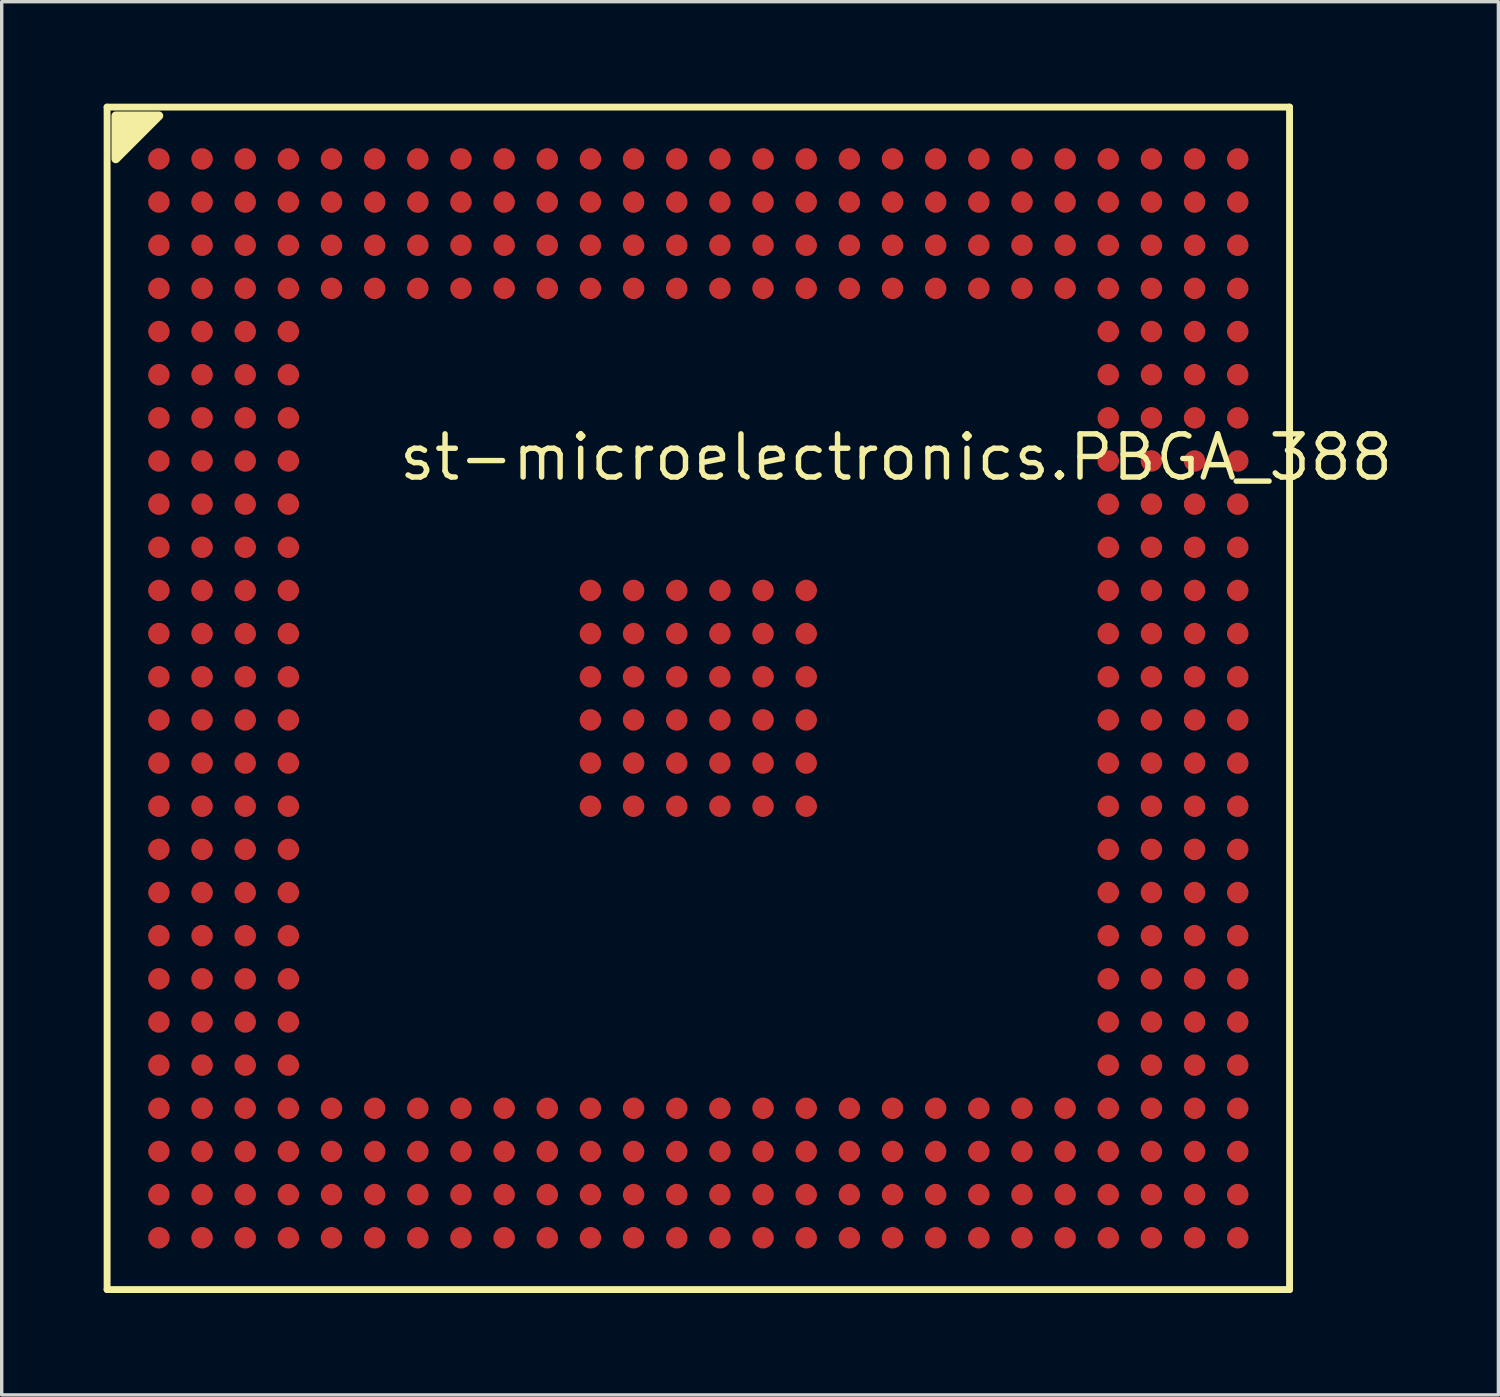
<source format=kicad_pcb>
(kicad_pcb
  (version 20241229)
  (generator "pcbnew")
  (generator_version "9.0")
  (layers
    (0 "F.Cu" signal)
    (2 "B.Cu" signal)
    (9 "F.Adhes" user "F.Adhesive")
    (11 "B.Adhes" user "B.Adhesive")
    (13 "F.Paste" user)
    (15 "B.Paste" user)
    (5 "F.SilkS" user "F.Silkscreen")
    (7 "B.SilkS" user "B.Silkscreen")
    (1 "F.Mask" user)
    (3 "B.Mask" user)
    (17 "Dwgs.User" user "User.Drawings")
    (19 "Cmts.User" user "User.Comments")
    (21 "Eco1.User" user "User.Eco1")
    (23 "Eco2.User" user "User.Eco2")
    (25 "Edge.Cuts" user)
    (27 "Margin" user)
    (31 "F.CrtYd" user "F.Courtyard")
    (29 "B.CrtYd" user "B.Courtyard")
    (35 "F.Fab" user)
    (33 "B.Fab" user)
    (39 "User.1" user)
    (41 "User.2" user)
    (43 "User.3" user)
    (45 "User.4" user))
  (footprint "st-microelectronics.PBGA_388"
    (layer "F.Cu")
    (at 17.502 17.502)
    (property "Reference" "st-microelectronics.PBGA_388" (at -8.89 -6.35 0) (layer "F.SilkS") (effects (font (size 1.27 1.27) (thickness 0.16)) (justify left bottom)))
    (attr smd)
    (fp_line (start -17.4 -17.4) (end -17.4 17.4) (stroke (width 0.203) (type default)) (layer "F.SilkS"))
    (fp_line (start -17.4 17.4) (end 17.4 17.4) (stroke (width 0.203) (type default)) (layer "F.SilkS"))
    (fp_line (start 17.4 -17.4) (end -17.4 -17.4) (stroke (width 0.203) (type default)) (layer "F.SilkS"))
    (fp_line (start 17.4 17.4) (end 17.4 -17.4) (stroke (width 0.203) (type default)) (layer "F.SilkS"))
    (fp_poly (pts (xy -17.145 -17.145) (xy -17.145 -15.875) (xy -15.875 -17.145)) (stroke (width 0.254) (type default)) (fill yes) (layer "F.SilkS"))
    (pad "A1" smd roundrect (at -15.875 -15.875) (size 0.635 0.635) (layers "F.Cu" "F.Mask" "F.Paste") (roundrect_rratio 0.5))
    (pad "A2" smd roundrect (at -14.605 -15.875) (size 0.635 0.635) (layers "F.Cu" "F.Mask" "F.Paste") (roundrect_rratio 0.5))
    (pad "A3" smd roundrect (at -13.335 -15.875) (size 0.635 0.635) (layers "F.Cu" "F.Mask" "F.Paste") (roundrect_rratio 0.5))
    (pad "A4" smd roundrect (at -12.065 -15.875) (size 0.635 0.635) (layers "F.Cu" "F.Mask" "F.Paste") (roundrect_rratio 0.5))
    (pad "A5" smd roundrect (at -10.795 -15.875) (size 0.635 0.635) (layers "F.Cu" "F.Mask" "F.Paste") (roundrect_rratio 0.5))
    (pad "A6" smd roundrect (at -9.525 -15.875) (size 0.635 0.635) (layers "F.Cu" "F.Mask" "F.Paste") (roundrect_rratio 0.5))
    (pad "A7" smd roundrect (at -8.255 -15.875) (size 0.635 0.635) (layers "F.Cu" "F.Mask" "F.Paste") (roundrect_rratio 0.5))
    (pad "A8" smd roundrect (at -6.985 -15.875) (size 0.635 0.635) (layers "F.Cu" "F.Mask" "F.Paste") (roundrect_rratio 0.5))
    (pad "A9" smd roundrect (at -5.715 -15.875) (size 0.635 0.635) (layers "F.Cu" "F.Mask" "F.Paste") (roundrect_rratio 0.5))
    (pad "A10" smd roundrect (at -4.445 -15.875) (size 0.635 0.635) (layers "F.Cu" "F.Mask" "F.Paste") (roundrect_rratio 0.5))
    (pad "A11" smd roundrect (at -3.175 -15.875) (size 0.635 0.635) (layers "F.Cu" "F.Mask" "F.Paste") (roundrect_rratio 0.5))
    (pad "A12" smd roundrect (at -1.905 -15.875) (size 0.635 0.635) (layers "F.Cu" "F.Mask" "F.Paste") (roundrect_rratio 0.5))
    (pad "A13" smd roundrect (at -0.635 -15.875) (size 0.635 0.635) (layers "F.Cu" "F.Mask" "F.Paste") (roundrect_rratio 0.5))
    (pad "A14" smd roundrect (at 0.635 -15.875) (size 0.635 0.635) (layers "F.Cu" "F.Mask" "F.Paste") (roundrect_rratio 0.5))
    (pad "A15" smd roundrect (at 1.905 -15.875) (size 0.635 0.635) (layers "F.Cu" "F.Mask" "F.Paste") (roundrect_rratio 0.5))
    (pad "A16" smd roundrect (at 3.175 -15.875) (size 0.635 0.635) (layers "F.Cu" "F.Mask" "F.Paste") (roundrect_rratio 0.5))
    (pad "A17" smd roundrect (at 4.445 -15.875) (size 0.635 0.635) (layers "F.Cu" "F.Mask" "F.Paste") (roundrect_rratio 0.5))
    (pad "A18" smd roundrect (at 5.715 -15.875) (size 0.635 0.635) (layers "F.Cu" "F.Mask" "F.Paste") (roundrect_rratio 0.5))
    (pad "A19" smd roundrect (at 6.985 -15.875) (size 0.635 0.635) (layers "F.Cu" "F.Mask" "F.Paste") (roundrect_rratio 0.5))
    (pad "A20" smd roundrect (at 8.255 -15.875) (size 0.635 0.635) (layers "F.Cu" "F.Mask" "F.Paste") (roundrect_rratio 0.5))
    (pad "A21" smd roundrect (at 9.525 -15.875) (size 0.635 0.635) (layers "F.Cu" "F.Mask" "F.Paste") (roundrect_rratio 0.5))
    (pad "A22" smd roundrect (at 10.795 -15.875) (size 0.635 0.635) (layers "F.Cu" "F.Mask" "F.Paste") (roundrect_rratio 0.5))
    (pad "A23" smd roundrect (at 12.065 -15.875) (size 0.635 0.635) (layers "F.Cu" "F.Mask" "F.Paste") (roundrect_rratio 0.5))
    (pad "A24" smd roundrect (at 13.335 -15.875) (size 0.635 0.635) (layers "F.Cu" "F.Mask" "F.Paste") (roundrect_rratio 0.5))
    (pad "A25" smd roundrect (at 14.605 -15.875) (size 0.635 0.635) (layers "F.Cu" "F.Mask" "F.Paste") (roundrect_rratio 0.5))
    (pad "A26" smd roundrect (at 15.875 -15.875) (size 0.635 0.635) (layers "F.Cu" "F.Mask" "F.Paste") (roundrect_rratio 0.5))
    (pad "AA1" smd roundrect (at -15.875 9.525) (size 0.635 0.635) (layers "F.Cu" "F.Mask" "F.Paste") (roundrect_rratio 0.5))
    (pad "AA2" smd roundrect (at -14.605 9.525) (size 0.635 0.635) (layers "F.Cu" "F.Mask" "F.Paste") (roundrect_rratio 0.5))
    (pad "AA3" smd roundrect (at -13.335 9.525) (size 0.635 0.635) (layers "F.Cu" "F.Mask" "F.Paste") (roundrect_rratio 0.5))
    (pad "AA4" smd roundrect (at -12.065 9.525) (size 0.635 0.635) (layers "F.Cu" "F.Mask" "F.Paste") (roundrect_rratio 0.5))
    (pad "AA23" smd roundrect (at 12.065 9.525) (size 0.635 0.635) (layers "F.Cu" "F.Mask" "F.Paste") (roundrect_rratio 0.5))
    (pad "AA24" smd roundrect (at 13.335 9.525) (size 0.635 0.635) (layers "F.Cu" "F.Mask" "F.Paste") (roundrect_rratio 0.5))
    (pad "AA25" smd roundrect (at 14.605 9.525) (size 0.635 0.635) (layers "F.Cu" "F.Mask" "F.Paste") (roundrect_rratio 0.5))
    (pad "AA26" smd roundrect (at 15.875 9.525) (size 0.635 0.635) (layers "F.Cu" "F.Mask" "F.Paste") (roundrect_rratio 0.5))
    (pad "AB1" smd roundrect (at -15.875 10.795) (size 0.635 0.635) (layers "F.Cu" "F.Mask" "F.Paste") (roundrect_rratio 0.5))
    (pad "AB2" smd roundrect (at -14.605 10.795) (size 0.635 0.635) (layers "F.Cu" "F.Mask" "F.Paste") (roundrect_rratio 0.5))
    (pad "AB3" smd roundrect (at -13.335 10.795) (size 0.635 0.635) (layers "F.Cu" "F.Mask" "F.Paste") (roundrect_rratio 0.5))
    (pad "AB4" smd roundrect (at -12.065 10.795) (size 0.635 0.635) (layers "F.Cu" "F.Mask" "F.Paste") (roundrect_rratio 0.5))
    (pad "AB23" smd roundrect (at 12.065 10.795) (size 0.635 0.635) (layers "F.Cu" "F.Mask" "F.Paste") (roundrect_rratio 0.5))
    (pad "AB24" smd roundrect (at 13.335 10.795) (size 0.635 0.635) (layers "F.Cu" "F.Mask" "F.Paste") (roundrect_rratio 0.5))
    (pad "AB25" smd roundrect (at 14.605 10.795) (size 0.635 0.635) (layers "F.Cu" "F.Mask" "F.Paste") (roundrect_rratio 0.5))
    (pad "AB26" smd roundrect (at 15.875 10.795) (size 0.635 0.635) (layers "F.Cu" "F.Mask" "F.Paste") (roundrect_rratio 0.5))
    (pad "AC1" smd roundrect (at -15.875 12.065) (size 0.635 0.635) (layers "F.Cu" "F.Mask" "F.Paste") (roundrect_rratio 0.5))
    (pad "AC2" smd roundrect (at -14.605 12.065) (size 0.635 0.635) (layers "F.Cu" "F.Mask" "F.Paste") (roundrect_rratio 0.5))
    (pad "AC3" smd roundrect (at -13.335 12.065) (size 0.635 0.635) (layers "F.Cu" "F.Mask" "F.Paste") (roundrect_rratio 0.5))
    (pad "AC4" smd roundrect (at -12.065 12.065) (size 0.635 0.635) (layers "F.Cu" "F.Mask" "F.Paste") (roundrect_rratio 0.5))
    (pad "AC5" smd roundrect (at -10.795 12.065) (size 0.635 0.635) (layers "F.Cu" "F.Mask" "F.Paste") (roundrect_rratio 0.5))
    (pad "AC6" smd roundrect (at -9.525 12.065) (size 0.635 0.635) (layers "F.Cu" "F.Mask" "F.Paste") (roundrect_rratio 0.5))
    (pad "AC7" smd roundrect (at -8.255 12.065) (size 0.635 0.635) (layers "F.Cu" "F.Mask" "F.Paste") (roundrect_rratio 0.5))
    (pad "AC8" smd roundrect (at -6.985 12.065) (size 0.635 0.635) (layers "F.Cu" "F.Mask" "F.Paste") (roundrect_rratio 0.5))
    (pad "AC9" smd roundrect (at -5.715 12.065) (size 0.635 0.635) (layers "F.Cu" "F.Mask" "F.Paste") (roundrect_rratio 0.5))
    (pad "AC10" smd roundrect (at -4.445 12.065) (size 0.635 0.635) (layers "F.Cu" "F.Mask" "F.Paste") (roundrect_rratio 0.5))
    (pad "AC11" smd roundrect (at -3.175 12.065) (size 0.635 0.635) (layers "F.Cu" "F.Mask" "F.Paste") (roundrect_rratio 0.5))
    (pad "AC12" smd roundrect (at -1.905 12.065) (size 0.635 0.635) (layers "F.Cu" "F.Mask" "F.Paste") (roundrect_rratio 0.5))
    (pad "AC13" smd roundrect (at -0.635 12.065) (size 0.635 0.635) (layers "F.Cu" "F.Mask" "F.Paste") (roundrect_rratio 0.5))
    (pad "AC14" smd roundrect (at 0.635 12.065) (size 0.635 0.635) (layers "F.Cu" "F.Mask" "F.Paste") (roundrect_rratio 0.5))
    (pad "AC15" smd roundrect (at 1.905 12.065) (size 0.635 0.635) (layers "F.Cu" "F.Mask" "F.Paste") (roundrect_rratio 0.5))
    (pad "AC16" smd roundrect (at 3.175 12.065) (size 0.635 0.635) (layers "F.Cu" "F.Mask" "F.Paste") (roundrect_rratio 0.5))
    (pad "AC17" smd roundrect (at 4.445 12.065) (size 0.635 0.635) (layers "F.Cu" "F.Mask" "F.Paste") (roundrect_rratio 0.5))
    (pad "AC18" smd roundrect (at 5.715 12.065) (size 0.635 0.635) (layers "F.Cu" "F.Mask" "F.Paste") (roundrect_rratio 0.5))
    (pad "AC19" smd roundrect (at 6.985 12.065) (size 0.635 0.635) (layers "F.Cu" "F.Mask" "F.Paste") (roundrect_rratio 0.5))
    (pad "AC20" smd roundrect (at 8.255 12.065) (size 0.635 0.635) (layers "F.Cu" "F.Mask" "F.Paste") (roundrect_rratio 0.5))
    (pad "AC21" smd roundrect (at 9.525 12.065) (size 0.635 0.635) (layers "F.Cu" "F.Mask" "F.Paste") (roundrect_rratio 0.5))
    (pad "AC22" smd roundrect (at 10.795 12.065) (size 0.635 0.635) (layers "F.Cu" "F.Mask" "F.Paste") (roundrect_rratio 0.5))
    (pad "AC23" smd roundrect (at 12.065 12.065) (size 0.635 0.635) (layers "F.Cu" "F.Mask" "F.Paste") (roundrect_rratio 0.5))
    (pad "AC24" smd roundrect (at 13.335 12.065) (size 0.635 0.635) (layers "F.Cu" "F.Mask" "F.Paste") (roundrect_rratio 0.5))
    (pad "AC25" smd roundrect (at 14.605 12.065) (size 0.635 0.635) (layers "F.Cu" "F.Mask" "F.Paste") (roundrect_rratio 0.5))
    (pad "AC26" smd roundrect (at 15.875 12.065) (size 0.635 0.635) (layers "F.Cu" "F.Mask" "F.Paste") (roundrect_rratio 0.5))
    (pad "AD1" smd roundrect (at -15.875 13.335) (size 0.635 0.635) (layers "F.Cu" "F.Mask" "F.Paste") (roundrect_rratio 0.5))
    (pad "AD2" smd roundrect (at -14.605 13.335) (size 0.635 0.635) (layers "F.Cu" "F.Mask" "F.Paste") (roundrect_rratio 0.5))
    (pad "AD3" smd roundrect (at -13.335 13.335) (size 0.635 0.635) (layers "F.Cu" "F.Mask" "F.Paste") (roundrect_rratio 0.5))
    (pad "AD4" smd roundrect (at -12.065 13.335) (size 0.635 0.635) (layers "F.Cu" "F.Mask" "F.Paste") (roundrect_rratio 0.5))
    (pad "AD5" smd roundrect (at -10.795 13.335) (size 0.635 0.635) (layers "F.Cu" "F.Mask" "F.Paste") (roundrect_rratio 0.5))
    (pad "AD6" smd roundrect (at -9.525 13.335) (size 0.635 0.635) (layers "F.Cu" "F.Mask" "F.Paste") (roundrect_rratio 0.5))
    (pad "AD7" smd roundrect (at -8.255 13.335) (size 0.635 0.635) (layers "F.Cu" "F.Mask" "F.Paste") (roundrect_rratio 0.5))
    (pad "AD8" smd roundrect (at -6.985 13.335) (size 0.635 0.635) (layers "F.Cu" "F.Mask" "F.Paste") (roundrect_rratio 0.5))
    (pad "AD9" smd roundrect (at -5.715 13.335) (size 0.635 0.635) (layers "F.Cu" "F.Mask" "F.Paste") (roundrect_rratio 0.5))
    (pad "AD10" smd roundrect (at -4.445 13.335) (size 0.635 0.635) (layers "F.Cu" "F.Mask" "F.Paste") (roundrect_rratio 0.5))
    (pad "AD11" smd roundrect (at -3.175 13.335) (size 0.635 0.635) (layers "F.Cu" "F.Mask" "F.Paste") (roundrect_rratio 0.5))
    (pad "AD12" smd roundrect (at -1.905 13.335) (size 0.635 0.635) (layers "F.Cu" "F.Mask" "F.Paste") (roundrect_rratio 0.5))
    (pad "AD13" smd roundrect (at -0.635 13.335) (size 0.635 0.635) (layers "F.Cu" "F.Mask" "F.Paste") (roundrect_rratio 0.5))
    (pad "AD14" smd roundrect (at 0.635 13.335) (size 0.635 0.635) (layers "F.Cu" "F.Mask" "F.Paste") (roundrect_rratio 0.5))
    (pad "AD15" smd roundrect (at 1.905 13.335) (size 0.635 0.635) (layers "F.Cu" "F.Mask" "F.Paste") (roundrect_rratio 0.5))
    (pad "AD16" smd roundrect (at 3.175 13.335) (size 0.635 0.635) (layers "F.Cu" "F.Mask" "F.Paste") (roundrect_rratio 0.5))
    (pad "AD17" smd roundrect (at 4.445 13.335) (size 0.635 0.635) (layers "F.Cu" "F.Mask" "F.Paste") (roundrect_rratio 0.5))
    (pad "AD18" smd roundrect (at 5.715 13.335) (size 0.635 0.635) (layers "F.Cu" "F.Mask" "F.Paste") (roundrect_rratio 0.5))
    (pad "AD19" smd roundrect (at 6.985 13.335) (size 0.635 0.635) (layers "F.Cu" "F.Mask" "F.Paste") (roundrect_rratio 0.5))
    (pad "AD20" smd roundrect (at 8.255 13.335) (size 0.635 0.635) (layers "F.Cu" "F.Mask" "F.Paste") (roundrect_rratio 0.5))
    (pad "AD21" smd roundrect (at 9.525 13.335) (size 0.635 0.635) (layers "F.Cu" "F.Mask" "F.Paste") (roundrect_rratio 0.5))
    (pad "AD22" smd roundrect (at 10.795 13.335) (size 0.635 0.635) (layers "F.Cu" "F.Mask" "F.Paste") (roundrect_rratio 0.5))
    (pad "AD23" smd roundrect (at 12.065 13.335) (size 0.635 0.635) (layers "F.Cu" "F.Mask" "F.Paste") (roundrect_rratio 0.5))
    (pad "AD24" smd roundrect (at 13.335 13.335) (size 0.635 0.635) (layers "F.Cu" "F.Mask" "F.Paste") (roundrect_rratio 0.5))
    (pad "AD25" smd roundrect (at 14.605 13.335) (size 0.635 0.635) (layers "F.Cu" "F.Mask" "F.Paste") (roundrect_rratio 0.5))
    (pad "AD26" smd roundrect (at 15.875 13.335) (size 0.635 0.635) (layers "F.Cu" "F.Mask" "F.Paste") (roundrect_rratio 0.5))
    (pad "AE1" smd roundrect (at -15.875 14.605) (size 0.635 0.635) (layers "F.Cu" "F.Mask" "F.Paste") (roundrect_rratio 0.5))
    (pad "AE2" smd roundrect (at -14.605 14.605) (size 0.635 0.635) (layers "F.Cu" "F.Mask" "F.Paste") (roundrect_rratio 0.5))
    (pad "AE3" smd roundrect (at -13.335 14.605) (size 0.635 0.635) (layers "F.Cu" "F.Mask" "F.Paste") (roundrect_rratio 0.5))
    (pad "AE4" smd roundrect (at -12.065 14.605) (size 0.635 0.635) (layers "F.Cu" "F.Mask" "F.Paste") (roundrect_rratio 0.5))
    (pad "AE5" smd roundrect (at -10.795 14.605) (size 0.635 0.635) (layers "F.Cu" "F.Mask" "F.Paste") (roundrect_rratio 0.5))
    (pad "AE6" smd roundrect (at -9.525 14.605) (size 0.635 0.635) (layers "F.Cu" "F.Mask" "F.Paste") (roundrect_rratio 0.5))
    (pad "AE7" smd roundrect (at -8.255 14.605) (size 0.635 0.635) (layers "F.Cu" "F.Mask" "F.Paste") (roundrect_rratio 0.5))
    (pad "AE8" smd roundrect (at -6.985 14.605) (size 0.635 0.635) (layers "F.Cu" "F.Mask" "F.Paste") (roundrect_rratio 0.5))
    (pad "AE9" smd roundrect (at -5.715 14.605) (size 0.635 0.635) (layers "F.Cu" "F.Mask" "F.Paste") (roundrect_rratio 0.5))
    (pad "AE10" smd roundrect (at -4.445 14.605) (size 0.635 0.635) (layers "F.Cu" "F.Mask" "F.Paste") (roundrect_rratio 0.5))
    (pad "AE11" smd roundrect (at -3.175 14.605) (size 0.635 0.635) (layers "F.Cu" "F.Mask" "F.Paste") (roundrect_rratio 0.5))
    (pad "AE12" smd roundrect (at -1.905 14.605) (size 0.635 0.635) (layers "F.Cu" "F.Mask" "F.Paste") (roundrect_rratio 0.5))
    (pad "AE13" smd roundrect (at -0.635 14.605) (size 0.635 0.635) (layers "F.Cu" "F.Mask" "F.Paste") (roundrect_rratio 0.5))
    (pad "AE14" smd roundrect (at 0.635 14.605) (size 0.635 0.635) (layers "F.Cu" "F.Mask" "F.Paste") (roundrect_rratio 0.5))
    (pad "AE15" smd roundrect (at 1.905 14.605) (size 0.635 0.635) (layers "F.Cu" "F.Mask" "F.Paste") (roundrect_rratio 0.5))
    (pad "AE16" smd roundrect (at 3.175 14.605) (size 0.635 0.635) (layers "F.Cu" "F.Mask" "F.Paste") (roundrect_rratio 0.5))
    (pad "AE17" smd roundrect (at 4.445 14.605) (size 0.635 0.635) (layers "F.Cu" "F.Mask" "F.Paste") (roundrect_rratio 0.5))
    (pad "AE18" smd roundrect (at 5.715 14.605) (size 0.635 0.635) (layers "F.Cu" "F.Mask" "F.Paste") (roundrect_rratio 0.5))
    (pad "AE19" smd roundrect (at 6.985 14.605) (size 0.635 0.635) (layers "F.Cu" "F.Mask" "F.Paste") (roundrect_rratio 0.5))
    (pad "AE20" smd roundrect (at 8.255 14.605) (size 0.635 0.635) (layers "F.Cu" "F.Mask" "F.Paste") (roundrect_rratio 0.5))
    (pad "AE21" smd roundrect (at 9.525 14.605) (size 0.635 0.635) (layers "F.Cu" "F.Mask" "F.Paste") (roundrect_rratio 0.5))
    (pad "AE22" smd roundrect (at 10.795 14.605) (size 0.635 0.635) (layers "F.Cu" "F.Mask" "F.Paste") (roundrect_rratio 0.5))
    (pad "AE23" smd roundrect (at 12.065 14.605) (size 0.635 0.635) (layers "F.Cu" "F.Mask" "F.Paste") (roundrect_rratio 0.5))
    (pad "AE24" smd roundrect (at 13.335 14.605) (size 0.635 0.635) (layers "F.Cu" "F.Mask" "F.Paste") (roundrect_rratio 0.5))
    (pad "AE25" smd roundrect (at 14.605 14.605) (size 0.635 0.635) (layers "F.Cu" "F.Mask" "F.Paste") (roundrect_rratio 0.5))
    (pad "AE26" smd roundrect (at 15.875 14.605) (size 0.635 0.635) (layers "F.Cu" "F.Mask" "F.Paste") (roundrect_rratio 0.5))
    (pad "AF1" smd roundrect (at -15.875 15.875) (size 0.635 0.635) (layers "F.Cu" "F.Mask" "F.Paste") (roundrect_rratio 0.5))
    (pad "AF2" smd roundrect (at -14.605 15.875) (size 0.635 0.635) (layers "F.Cu" "F.Mask" "F.Paste") (roundrect_rratio 0.5))
    (pad "AF3" smd roundrect (at -13.335 15.875) (size 0.635 0.635) (layers "F.Cu" "F.Mask" "F.Paste") (roundrect_rratio 0.5))
    (pad "AF4" smd roundrect (at -12.065 15.875) (size 0.635 0.635) (layers "F.Cu" "F.Mask" "F.Paste") (roundrect_rratio 0.5))
    (pad "AF5" smd roundrect (at -10.795 15.875) (size 0.635 0.635) (layers "F.Cu" "F.Mask" "F.Paste") (roundrect_rratio 0.5))
    (pad "AF6" smd roundrect (at -9.525 15.875) (size 0.635 0.635) (layers "F.Cu" "F.Mask" "F.Paste") (roundrect_rratio 0.5))
    (pad "AF7" smd roundrect (at -8.255 15.875) (size 0.635 0.635) (layers "F.Cu" "F.Mask" "F.Paste") (roundrect_rratio 0.5))
    (pad "AF8" smd roundrect (at -6.985 15.875) (size 0.635 0.635) (layers "F.Cu" "F.Mask" "F.Paste") (roundrect_rratio 0.5))
    (pad "AF9" smd roundrect (at -5.715 15.875) (size 0.635 0.635) (layers "F.Cu" "F.Mask" "F.Paste") (roundrect_rratio 0.5))
    (pad "AF10" smd roundrect (at -4.445 15.875) (size 0.635 0.635) (layers "F.Cu" "F.Mask" "F.Paste") (roundrect_rratio 0.5))
    (pad "AF11" smd roundrect (at -3.175 15.875) (size 0.635 0.635) (layers "F.Cu" "F.Mask" "F.Paste") (roundrect_rratio 0.5))
    (pad "AF12" smd roundrect (at -1.905 15.875) (size 0.635 0.635) (layers "F.Cu" "F.Mask" "F.Paste") (roundrect_rratio 0.5))
    (pad "AF13" smd roundrect (at -0.635 15.875) (size 0.635 0.635) (layers "F.Cu" "F.Mask" "F.Paste") (roundrect_rratio 0.5))
    (pad "AF14" smd roundrect (at 0.635 15.875) (size 0.635 0.635) (layers "F.Cu" "F.Mask" "F.Paste") (roundrect_rratio 0.5))
    (pad "AF15" smd roundrect (at 1.905 15.875) (size 0.635 0.635) (layers "F.Cu" "F.Mask" "F.Paste") (roundrect_rratio 0.5))
    (pad "AF16" smd roundrect (at 3.175 15.875) (size 0.635 0.635) (layers "F.Cu" "F.Mask" "F.Paste") (roundrect_rratio 0.5))
    (pad "AF17" smd roundrect (at 4.445 15.875) (size 0.635 0.635) (layers "F.Cu" "F.Mask" "F.Paste") (roundrect_rratio 0.5))
    (pad "AF18" smd roundrect (at 5.715 15.875) (size 0.635 0.635) (layers "F.Cu" "F.Mask" "F.Paste") (roundrect_rratio 0.5))
    (pad "AF19" smd roundrect (at 6.985 15.875) (size 0.635 0.635) (layers "F.Cu" "F.Mask" "F.Paste") (roundrect_rratio 0.5))
    (pad "AF20" smd roundrect (at 8.255 15.875) (size 0.635 0.635) (layers "F.Cu" "F.Mask" "F.Paste") (roundrect_rratio 0.5))
    (pad "AF21" smd roundrect (at 9.525 15.875) (size 0.635 0.635) (layers "F.Cu" "F.Mask" "F.Paste") (roundrect_rratio 0.5))
    (pad "AF22" smd roundrect (at 10.795 15.875) (size 0.635 0.635) (layers "F.Cu" "F.Mask" "F.Paste") (roundrect_rratio 0.5))
    (pad "AF23" smd roundrect (at 12.065 15.875) (size 0.635 0.635) (layers "F.Cu" "F.Mask" "F.Paste") (roundrect_rratio 0.5))
    (pad "AF24" smd roundrect (at 13.335 15.875) (size 0.635 0.635) (layers "F.Cu" "F.Mask" "F.Paste") (roundrect_rratio 0.5))
    (pad "AF25" smd roundrect (at 14.605 15.875) (size 0.635 0.635) (layers "F.Cu" "F.Mask" "F.Paste") (roundrect_rratio 0.5))
    (pad "AF26" smd roundrect (at 15.875 15.875) (size 0.635 0.635) (layers "F.Cu" "F.Mask" "F.Paste") (roundrect_rratio 0.5))
    (pad "B1" smd roundrect (at -15.875 -14.605) (size 0.635 0.635) (layers "F.Cu" "F.Mask" "F.Paste") (roundrect_rratio 0.5))
    (pad "B2" smd roundrect (at -14.605 -14.605) (size 0.635 0.635) (layers "F.Cu" "F.Mask" "F.Paste") (roundrect_rratio 0.5))
    (pad "B3" smd roundrect (at -13.335 -14.605) (size 0.635 0.635) (layers "F.Cu" "F.Mask" "F.Paste") (roundrect_rratio 0.5))
    (pad "B4" smd roundrect (at -12.065 -14.605) (size 0.635 0.635) (layers "F.Cu" "F.Mask" "F.Paste") (roundrect_rratio 0.5))
    (pad "B5" smd roundrect (at -10.795 -14.605) (size 0.635 0.635) (layers "F.Cu" "F.Mask" "F.Paste") (roundrect_rratio 0.5))
    (pad "B6" smd roundrect (at -9.525 -14.605) (size 0.635 0.635) (layers "F.Cu" "F.Mask" "F.Paste") (roundrect_rratio 0.5))
    (pad "B7" smd roundrect (at -8.255 -14.605) (size 0.635 0.635) (layers "F.Cu" "F.Mask" "F.Paste") (roundrect_rratio 0.5))
    (pad "B8" smd roundrect (at -6.985 -14.605) (size 0.635 0.635) (layers "F.Cu" "F.Mask" "F.Paste") (roundrect_rratio 0.5))
    (pad "B9" smd roundrect (at -5.715 -14.605) (size 0.635 0.635) (layers "F.Cu" "F.Mask" "F.Paste") (roundrect_rratio 0.5))
    (pad "B10" smd roundrect (at -4.445 -14.605) (size 0.635 0.635) (layers "F.Cu" "F.Mask" "F.Paste") (roundrect_rratio 0.5))
    (pad "B11" smd roundrect (at -3.175 -14.605) (size 0.635 0.635) (layers "F.Cu" "F.Mask" "F.Paste") (roundrect_rratio 0.5))
    (pad "B12" smd roundrect (at -1.905 -14.605) (size 0.635 0.635) (layers "F.Cu" "F.Mask" "F.Paste") (roundrect_rratio 0.5))
    (pad "B13" smd roundrect (at -0.635 -14.605) (size 0.635 0.635) (layers "F.Cu" "F.Mask" "F.Paste") (roundrect_rratio 0.5))
    (pad "B14" smd roundrect (at 0.635 -14.605) (size 0.635 0.635) (layers "F.Cu" "F.Mask" "F.Paste") (roundrect_rratio 0.5))
    (pad "B15" smd roundrect (at 1.905 -14.605) (size 0.635 0.635) (layers "F.Cu" "F.Mask" "F.Paste") (roundrect_rratio 0.5))
    (pad "B16" smd roundrect (at 3.175 -14.605) (size 0.635 0.635) (layers "F.Cu" "F.Mask" "F.Paste") (roundrect_rratio 0.5))
    (pad "B17" smd roundrect (at 4.445 -14.605) (size 0.635 0.635) (layers "F.Cu" "F.Mask" "F.Paste") (roundrect_rratio 0.5))
    (pad "B18" smd roundrect (at 5.715 -14.605) (size 0.635 0.635) (layers "F.Cu" "F.Mask" "F.Paste") (roundrect_rratio 0.5))
    (pad "B19" smd roundrect (at 6.985 -14.605) (size 0.635 0.635) (layers "F.Cu" "F.Mask" "F.Paste") (roundrect_rratio 0.5))
    (pad "B20" smd roundrect (at 8.255 -14.605) (size 0.635 0.635) (layers "F.Cu" "F.Mask" "F.Paste") (roundrect_rratio 0.5))
    (pad "B21" smd roundrect (at 9.525 -14.605) (size 0.635 0.635) (layers "F.Cu" "F.Mask" "F.Paste") (roundrect_rratio 0.5))
    (pad "B22" smd roundrect (at 10.795 -14.605) (size 0.635 0.635) (layers "F.Cu" "F.Mask" "F.Paste") (roundrect_rratio 0.5))
    (pad "B23" smd roundrect (at 12.065 -14.605) (size 0.635 0.635) (layers "F.Cu" "F.Mask" "F.Paste") (roundrect_rratio 0.5))
    (pad "B24" smd roundrect (at 13.335 -14.605) (size 0.635 0.635) (layers "F.Cu" "F.Mask" "F.Paste") (roundrect_rratio 0.5))
    (pad "B25" smd roundrect (at 14.605 -14.605) (size 0.635 0.635) (layers "F.Cu" "F.Mask" "F.Paste") (roundrect_rratio 0.5))
    (pad "B26" smd roundrect (at 15.875 -14.605) (size 0.635 0.635) (layers "F.Cu" "F.Mask" "F.Paste") (roundrect_rratio 0.5))
    (pad "C1" smd roundrect (at -15.875 -13.335) (size 0.635 0.635) (layers "F.Cu" "F.Mask" "F.Paste") (roundrect_rratio 0.5))
    (pad "C2" smd roundrect (at -14.605 -13.335) (size 0.635 0.635) (layers "F.Cu" "F.Mask" "F.Paste") (roundrect_rratio 0.5))
    (pad "C3" smd roundrect (at -13.335 -13.335) (size 0.635 0.635) (layers "F.Cu" "F.Mask" "F.Paste") (roundrect_rratio 0.5))
    (pad "C4" smd roundrect (at -12.065 -13.335) (size 0.635 0.635) (layers "F.Cu" "F.Mask" "F.Paste") (roundrect_rratio 0.5))
    (pad "C5" smd roundrect (at -10.795 -13.335) (size 0.635 0.635) (layers "F.Cu" "F.Mask" "F.Paste") (roundrect_rratio 0.5))
    (pad "C6" smd roundrect (at -9.525 -13.335) (size 0.635 0.635) (layers "F.Cu" "F.Mask" "F.Paste") (roundrect_rratio 0.5))
    (pad "C7" smd roundrect (at -8.255 -13.335) (size 0.635 0.635) (layers "F.Cu" "F.Mask" "F.Paste") (roundrect_rratio 0.5))
    (pad "C8" smd roundrect (at -6.985 -13.335) (size 0.635 0.635) (layers "F.Cu" "F.Mask" "F.Paste") (roundrect_rratio 0.5))
    (pad "C9" smd roundrect (at -5.715 -13.335) (size 0.635 0.635) (layers "F.Cu" "F.Mask" "F.Paste") (roundrect_rratio 0.5))
    (pad "C10" smd roundrect (at -4.445 -13.335) (size 0.635 0.635) (layers "F.Cu" "F.Mask" "F.Paste") (roundrect_rratio 0.5))
    (pad "C11" smd roundrect (at -3.175 -13.335) (size 0.635 0.635) (layers "F.Cu" "F.Mask" "F.Paste") (roundrect_rratio 0.5))
    (pad "C12" smd roundrect (at -1.905 -13.335) (size 0.635 0.635) (layers "F.Cu" "F.Mask" "F.Paste") (roundrect_rratio 0.5))
    (pad "C13" smd roundrect (at -0.635 -13.335) (size 0.635 0.635) (layers "F.Cu" "F.Mask" "F.Paste") (roundrect_rratio 0.5))
    (pad "C14" smd roundrect (at 0.635 -13.335) (size 0.635 0.635) (layers "F.Cu" "F.Mask" "F.Paste") (roundrect_rratio 0.5))
    (pad "C15" smd roundrect (at 1.905 -13.335) (size 0.635 0.635) (layers "F.Cu" "F.Mask" "F.Paste") (roundrect_rratio 0.5))
    (pad "C16" smd roundrect (at 3.175 -13.335) (size 0.635 0.635) (layers "F.Cu" "F.Mask" "F.Paste") (roundrect_rratio 0.5))
    (pad "C17" smd roundrect (at 4.445 -13.335) (size 0.635 0.635) (layers "F.Cu" "F.Mask" "F.Paste") (roundrect_rratio 0.5))
    (pad "C18" smd roundrect (at 5.715 -13.335) (size 0.635 0.635) (layers "F.Cu" "F.Mask" "F.Paste") (roundrect_rratio 0.5))
    (pad "C19" smd roundrect (at 6.985 -13.335) (size 0.635 0.635) (layers "F.Cu" "F.Mask" "F.Paste") (roundrect_rratio 0.5))
    (pad "C20" smd roundrect (at 8.255 -13.335) (size 0.635 0.635) (layers "F.Cu" "F.Mask" "F.Paste") (roundrect_rratio 0.5))
    (pad "C21" smd roundrect (at 9.525 -13.335) (size 0.635 0.635) (layers "F.Cu" "F.Mask" "F.Paste") (roundrect_rratio 0.5))
    (pad "C22" smd roundrect (at 10.795 -13.335) (size 0.635 0.635) (layers "F.Cu" "F.Mask" "F.Paste") (roundrect_rratio 0.5))
    (pad "C23" smd roundrect (at 12.065 -13.335) (size 0.635 0.635) (layers "F.Cu" "F.Mask" "F.Paste") (roundrect_rratio 0.5))
    (pad "C24" smd roundrect (at 13.335 -13.335) (size 0.635 0.635) (layers "F.Cu" "F.Mask" "F.Paste") (roundrect_rratio 0.5))
    (pad "C25" smd roundrect (at 14.605 -13.335) (size 0.635 0.635) (layers "F.Cu" "F.Mask" "F.Paste") (roundrect_rratio 0.5))
    (pad "C26" smd roundrect (at 15.875 -13.335) (size 0.635 0.635) (layers "F.Cu" "F.Mask" "F.Paste") (roundrect_rratio 0.5))
    (pad "D1" smd roundrect (at -15.875 -12.065) (size 0.635 0.635) (layers "F.Cu" "F.Mask" "F.Paste") (roundrect_rratio 0.5))
    (pad "D2" smd roundrect (at -14.605 -12.065) (size 0.635 0.635) (layers "F.Cu" "F.Mask" "F.Paste") (roundrect_rratio 0.5))
    (pad "D3" smd roundrect (at -13.335 -12.065) (size 0.635 0.635) (layers "F.Cu" "F.Mask" "F.Paste") (roundrect_rratio 0.5))
    (pad "D4" smd roundrect (at -12.065 -12.065) (size 0.635 0.635) (layers "F.Cu" "F.Mask" "F.Paste") (roundrect_rratio 0.5))
    (pad "D5" smd roundrect (at -10.795 -12.065) (size 0.635 0.635) (layers "F.Cu" "F.Mask" "F.Paste") (roundrect_rratio 0.5))
    (pad "D6" smd roundrect (at -9.525 -12.065) (size 0.635 0.635) (layers "F.Cu" "F.Mask" "F.Paste") (roundrect_rratio 0.5))
    (pad "D7" smd roundrect (at -8.255 -12.065) (size 0.635 0.635) (layers "F.Cu" "F.Mask" "F.Paste") (roundrect_rratio 0.5))
    (pad "D8" smd roundrect (at -6.985 -12.065) (size 0.635 0.635) (layers "F.Cu" "F.Mask" "F.Paste") (roundrect_rratio 0.5))
    (pad "D9" smd roundrect (at -5.715 -12.065) (size 0.635 0.635) (layers "F.Cu" "F.Mask" "F.Paste") (roundrect_rratio 0.5))
    (pad "D10" smd roundrect (at -4.445 -12.065) (size 0.635 0.635) (layers "F.Cu" "F.Mask" "F.Paste") (roundrect_rratio 0.5))
    (pad "D11" smd roundrect (at -3.175 -12.065) (size 0.635 0.635) (layers "F.Cu" "F.Mask" "F.Paste") (roundrect_rratio 0.5))
    (pad "D12" smd roundrect (at -1.905 -12.065) (size 0.635 0.635) (layers "F.Cu" "F.Mask" "F.Paste") (roundrect_rratio 0.5))
    (pad "D13" smd roundrect (at -0.635 -12.065) (size 0.635 0.635) (layers "F.Cu" "F.Mask" "F.Paste") (roundrect_rratio 0.5))
    (pad "D14" smd roundrect (at 0.635 -12.065) (size 0.635 0.635) (layers "F.Cu" "F.Mask" "F.Paste") (roundrect_rratio 0.5))
    (pad "D15" smd roundrect (at 1.905 -12.065) (size 0.635 0.635) (layers "F.Cu" "F.Mask" "F.Paste") (roundrect_rratio 0.5))
    (pad "D16" smd roundrect (at 3.175 -12.065) (size 0.635 0.635) (layers "F.Cu" "F.Mask" "F.Paste") (roundrect_rratio 0.5))
    (pad "D17" smd roundrect (at 4.445 -12.065) (size 0.635 0.635) (layers "F.Cu" "F.Mask" "F.Paste") (roundrect_rratio 0.5))
    (pad "D18" smd roundrect (at 5.715 -12.065) (size 0.635 0.635) (layers "F.Cu" "F.Mask" "F.Paste") (roundrect_rratio 0.5))
    (pad "D19" smd roundrect (at 6.985 -12.065) (size 0.635 0.635) (layers "F.Cu" "F.Mask" "F.Paste") (roundrect_rratio 0.5))
    (pad "D20" smd roundrect (at 8.255 -12.065) (size 0.635 0.635) (layers "F.Cu" "F.Mask" "F.Paste") (roundrect_rratio 0.5))
    (pad "D21" smd roundrect (at 9.525 -12.065) (size 0.635 0.635) (layers "F.Cu" "F.Mask" "F.Paste") (roundrect_rratio 0.5))
    (pad "D22" smd roundrect (at 10.795 -12.065) (size 0.635 0.635) (layers "F.Cu" "F.Mask" "F.Paste") (roundrect_rratio 0.5))
    (pad "D23" smd roundrect (at 12.065 -12.065) (size 0.635 0.635) (layers "F.Cu" "F.Mask" "F.Paste") (roundrect_rratio 0.5))
    (pad "D24" smd roundrect (at 13.335 -12.065) (size 0.635 0.635) (layers "F.Cu" "F.Mask" "F.Paste") (roundrect_rratio 0.5))
    (pad "D25" smd roundrect (at 14.605 -12.065) (size 0.635 0.635) (layers "F.Cu" "F.Mask" "F.Paste") (roundrect_rratio 0.5))
    (pad "D26" smd roundrect (at 15.875 -12.065) (size 0.635 0.635) (layers "F.Cu" "F.Mask" "F.Paste") (roundrect_rratio 0.5))
    (pad "E1" smd roundrect (at -15.875 -10.795) (size 0.635 0.635) (layers "F.Cu" "F.Mask" "F.Paste") (roundrect_rratio 0.5))
    (pad "E2" smd roundrect (at -14.605 -10.795) (size 0.635 0.635) (layers "F.Cu" "F.Mask" "F.Paste") (roundrect_rratio 0.5))
    (pad "E3" smd roundrect (at -13.335 -10.795) (size 0.635 0.635) (layers "F.Cu" "F.Mask" "F.Paste") (roundrect_rratio 0.5))
    (pad "E4" smd roundrect (at -12.065 -10.795) (size 0.635 0.635) (layers "F.Cu" "F.Mask" "F.Paste") (roundrect_rratio 0.5))
    (pad "E23" smd roundrect (at 12.065 -10.795) (size 0.635 0.635) (layers "F.Cu" "F.Mask" "F.Paste") (roundrect_rratio 0.5))
    (pad "E24" smd roundrect (at 13.335 -10.795) (size 0.635 0.635) (layers "F.Cu" "F.Mask" "F.Paste") (roundrect_rratio 0.5))
    (pad "E25" smd roundrect (at 14.605 -10.795) (size 0.635 0.635) (layers "F.Cu" "F.Mask" "F.Paste") (roundrect_rratio 0.5))
    (pad "E26" smd roundrect (at 15.875 -10.795) (size 0.635 0.635) (layers "F.Cu" "F.Mask" "F.Paste") (roundrect_rratio 0.5))
    (pad "F1" smd roundrect (at -15.875 -9.525) (size 0.635 0.635) (layers "F.Cu" "F.Mask" "F.Paste") (roundrect_rratio 0.5))
    (pad "F2" smd roundrect (at -14.605 -9.525) (size 0.635 0.635) (layers "F.Cu" "F.Mask" "F.Paste") (roundrect_rratio 0.5))
    (pad "F3" smd roundrect (at -13.335 -9.525) (size 0.635 0.635) (layers "F.Cu" "F.Mask" "F.Paste") (roundrect_rratio 0.5))
    (pad "F4" smd roundrect (at -12.065 -9.525) (size 0.635 0.635) (layers "F.Cu" "F.Mask" "F.Paste") (roundrect_rratio 0.5))
    (pad "F23" smd roundrect (at 12.065 -9.525) (size 0.635 0.635) (layers "F.Cu" "F.Mask" "F.Paste") (roundrect_rratio 0.5))
    (pad "F24" smd roundrect (at 13.335 -9.525) (size 0.635 0.635) (layers "F.Cu" "F.Mask" "F.Paste") (roundrect_rratio 0.5))
    (pad "F25" smd roundrect (at 14.605 -9.525) (size 0.635 0.635) (layers "F.Cu" "F.Mask" "F.Paste") (roundrect_rratio 0.5))
    (pad "F26" smd roundrect (at 15.875 -9.525) (size 0.635 0.635) (layers "F.Cu" "F.Mask" "F.Paste") (roundrect_rratio 0.5))
    (pad "G1" smd roundrect (at -15.875 -8.255) (size 0.635 0.635) (layers "F.Cu" "F.Mask" "F.Paste") (roundrect_rratio 0.5))
    (pad "G2" smd roundrect (at -14.605 -8.255) (size 0.635 0.635) (layers "F.Cu" "F.Mask" "F.Paste") (roundrect_rratio 0.5))
    (pad "G3" smd roundrect (at -13.335 -8.255) (size 0.635 0.635) (layers "F.Cu" "F.Mask" "F.Paste") (roundrect_rratio 0.5))
    (pad "G4" smd roundrect (at -12.065 -8.255) (size 0.635 0.635) (layers "F.Cu" "F.Mask" "F.Paste") (roundrect_rratio 0.5))
    (pad "G23" smd roundrect (at 12.065 -8.255) (size 0.635 0.635) (layers "F.Cu" "F.Mask" "F.Paste") (roundrect_rratio 0.5))
    (pad "G24" smd roundrect (at 13.335 -8.255) (size 0.635 0.635) (layers "F.Cu" "F.Mask" "F.Paste") (roundrect_rratio 0.5))
    (pad "G25" smd roundrect (at 14.605 -8.255) (size 0.635 0.635) (layers "F.Cu" "F.Mask" "F.Paste") (roundrect_rratio 0.5))
    (pad "G26" smd roundrect (at 15.875 -8.255) (size 0.635 0.635) (layers "F.Cu" "F.Mask" "F.Paste") (roundrect_rratio 0.5))
    (pad "H1" smd roundrect (at -15.875 -6.985) (size 0.635 0.635) (layers "F.Cu" "F.Mask" "F.Paste") (roundrect_rratio 0.5))
    (pad "H2" smd roundrect (at -14.605 -6.985) (size 0.635 0.635) (layers "F.Cu" "F.Mask" "F.Paste") (roundrect_rratio 0.5))
    (pad "H3" smd roundrect (at -13.335 -6.985) (size 0.635 0.635) (layers "F.Cu" "F.Mask" "F.Paste") (roundrect_rratio 0.5))
    (pad "H4" smd roundrect (at -12.065 -6.985) (size 0.635 0.635) (layers "F.Cu" "F.Mask" "F.Paste") (roundrect_rratio 0.5))
    (pad "H23" smd roundrect (at 12.065 -6.985) (size 0.635 0.635) (layers "F.Cu" "F.Mask" "F.Paste") (roundrect_rratio 0.5))
    (pad "H24" smd roundrect (at 13.335 -6.985) (size 0.635 0.635) (layers "F.Cu" "F.Mask" "F.Paste") (roundrect_rratio 0.5))
    (pad "H25" smd roundrect (at 14.605 -6.985) (size 0.635 0.635) (layers "F.Cu" "F.Mask" "F.Paste") (roundrect_rratio 0.5))
    (pad "H26" smd roundrect (at 15.875 -6.985) (size 0.635 0.635) (layers "F.Cu" "F.Mask" "F.Paste") (roundrect_rratio 0.5))
    (pad "J1" smd roundrect (at -15.875 -5.715) (size 0.635 0.635) (layers "F.Cu" "F.Mask" "F.Paste") (roundrect_rratio 0.5))
    (pad "J2" smd roundrect (at -14.605 -5.715) (size 0.635 0.635) (layers "F.Cu" "F.Mask" "F.Paste") (roundrect_rratio 0.5))
    (pad "J3" smd roundrect (at -13.335 -5.715) (size 0.635 0.635) (layers "F.Cu" "F.Mask" "F.Paste") (roundrect_rratio 0.5))
    (pad "J4" smd roundrect (at -12.065 -5.715) (size 0.635 0.635) (layers "F.Cu" "F.Mask" "F.Paste") (roundrect_rratio 0.5))
    (pad "J23" smd roundrect (at 12.065 -5.715) (size 0.635 0.635) (layers "F.Cu" "F.Mask" "F.Paste") (roundrect_rratio 0.5))
    (pad "J24" smd roundrect (at 13.335 -5.715) (size 0.635 0.635) (layers "F.Cu" "F.Mask" "F.Paste") (roundrect_rratio 0.5))
    (pad "J25" smd roundrect (at 14.605 -5.715) (size 0.635 0.635) (layers "F.Cu" "F.Mask" "F.Paste") (roundrect_rratio 0.5))
    (pad "J26" smd roundrect (at 15.875 -5.715) (size 0.635 0.635) (layers "F.Cu" "F.Mask" "F.Paste") (roundrect_rratio 0.5))
    (pad "K1" smd roundrect (at -15.875 -4.445) (size 0.635 0.635) (layers "F.Cu" "F.Mask" "F.Paste") (roundrect_rratio 0.5))
    (pad "K2" smd roundrect (at -14.605 -4.445) (size 0.635 0.635) (layers "F.Cu" "F.Mask" "F.Paste") (roundrect_rratio 0.5))
    (pad "K3" smd roundrect (at -13.335 -4.445) (size 0.635 0.635) (layers "F.Cu" "F.Mask" "F.Paste") (roundrect_rratio 0.5))
    (pad "K4" smd roundrect (at -12.065 -4.445) (size 0.635 0.635) (layers "F.Cu" "F.Mask" "F.Paste") (roundrect_rratio 0.5))
    (pad "K23" smd roundrect (at 12.065 -4.445) (size 0.635 0.635) (layers "F.Cu" "F.Mask" "F.Paste") (roundrect_rratio 0.5))
    (pad "K24" smd roundrect (at 13.335 -4.445) (size 0.635 0.635) (layers "F.Cu" "F.Mask" "F.Paste") (roundrect_rratio 0.5))
    (pad "K25" smd roundrect (at 14.605 -4.445) (size 0.635 0.635) (layers "F.Cu" "F.Mask" "F.Paste") (roundrect_rratio 0.5))
    (pad "K26" smd roundrect (at 15.875 -4.445) (size 0.635 0.635) (layers "F.Cu" "F.Mask" "F.Paste") (roundrect_rratio 0.5))
    (pad "L1" smd roundrect (at -15.875 -3.175) (size 0.635 0.635) (layers "F.Cu" "F.Mask" "F.Paste") (roundrect_rratio 0.5))
    (pad "L2" smd roundrect (at -14.605 -3.175) (size 0.635 0.635) (layers "F.Cu" "F.Mask" "F.Paste") (roundrect_rratio 0.5))
    (pad "L3" smd roundrect (at -13.335 -3.175) (size 0.635 0.635) (layers "F.Cu" "F.Mask" "F.Paste") (roundrect_rratio 0.5))
    (pad "L4" smd roundrect (at -12.065 -3.175) (size 0.635 0.635) (layers "F.Cu" "F.Mask" "F.Paste") (roundrect_rratio 0.5))
    (pad "L11" smd roundrect (at -3.175 -3.175) (size 0.635 0.635) (layers "F.Cu" "F.Mask" "F.Paste") (roundrect_rratio 0.5))
    (pad "L12" smd roundrect (at -1.905 -3.175) (size 0.635 0.635) (layers "F.Cu" "F.Mask" "F.Paste") (roundrect_rratio 0.5))
    (pad "L13" smd roundrect (at -0.635 -3.175) (size 0.635 0.635) (layers "F.Cu" "F.Mask" "F.Paste") (roundrect_rratio 0.5))
    (pad "L14" smd roundrect (at 0.635 -3.175) (size 0.635 0.635) (layers "F.Cu" "F.Mask" "F.Paste") (roundrect_rratio 0.5))
    (pad "L15" smd roundrect (at 1.905 -3.175) (size 0.635 0.635) (layers "F.Cu" "F.Mask" "F.Paste") (roundrect_rratio 0.5))
    (pad "L16" smd roundrect (at 3.175 -3.175) (size 0.635 0.635) (layers "F.Cu" "F.Mask" "F.Paste") (roundrect_rratio 0.5))
    (pad "L23" smd roundrect (at 12.065 -3.175) (size 0.635 0.635) (layers "F.Cu" "F.Mask" "F.Paste") (roundrect_rratio 0.5))
    (pad "L24" smd roundrect (at 13.335 -3.175) (size 0.635 0.635) (layers "F.Cu" "F.Mask" "F.Paste") (roundrect_rratio 0.5))
    (pad "L25" smd roundrect (at 14.605 -3.175) (size 0.635 0.635) (layers "F.Cu" "F.Mask" "F.Paste") (roundrect_rratio 0.5))
    (pad "L26" smd roundrect (at 15.875 -3.175) (size 0.635 0.635) (layers "F.Cu" "F.Mask" "F.Paste") (roundrect_rratio 0.5))
    (pad "M1" smd roundrect (at -15.875 -1.905) (size 0.635 0.635) (layers "F.Cu" "F.Mask" "F.Paste") (roundrect_rratio 0.5))
    (pad "M2" smd roundrect (at -14.605 -1.905) (size 0.635 0.635) (layers "F.Cu" "F.Mask" "F.Paste") (roundrect_rratio 0.5))
    (pad "M3" smd roundrect (at -13.335 -1.905) (size 0.635 0.635) (layers "F.Cu" "F.Mask" "F.Paste") (roundrect_rratio 0.5))
    (pad "M4" smd roundrect (at -12.065 -1.905) (size 0.635 0.635) (layers "F.Cu" "F.Mask" "F.Paste") (roundrect_rratio 0.5))
    (pad "M11" smd roundrect (at -3.175 -1.905) (size 0.635 0.635) (layers "F.Cu" "F.Mask" "F.Paste") (roundrect_rratio 0.5))
    (pad "M12" smd roundrect (at -1.905 -1.905) (size 0.635 0.635) (layers "F.Cu" "F.Mask" "F.Paste") (roundrect_rratio 0.5))
    (pad "M13" smd roundrect (at -0.635 -1.905) (size 0.635 0.635) (layers "F.Cu" "F.Mask" "F.Paste") (roundrect_rratio 0.5))
    (pad "M14" smd roundrect (at 0.635 -1.905) (size 0.635 0.635) (layers "F.Cu" "F.Mask" "F.Paste") (roundrect_rratio 0.5))
    (pad "M15" smd roundrect (at 1.905 -1.905) (size 0.635 0.635) (layers "F.Cu" "F.Mask" "F.Paste") (roundrect_rratio 0.5))
    (pad "M16" smd roundrect (at 3.175 -1.905) (size 0.635 0.635) (layers "F.Cu" "F.Mask" "F.Paste") (roundrect_rratio 0.5))
    (pad "M23" smd roundrect (at 12.065 -1.905) (size 0.635 0.635) (layers "F.Cu" "F.Mask" "F.Paste") (roundrect_rratio 0.5))
    (pad "M24" smd roundrect (at 13.335 -1.905) (size 0.635 0.635) (layers "F.Cu" "F.Mask" "F.Paste") (roundrect_rratio 0.5))
    (pad "M25" smd roundrect (at 14.605 -1.905) (size 0.635 0.635) (layers "F.Cu" "F.Mask" "F.Paste") (roundrect_rratio 0.5))
    (pad "M26" smd roundrect (at 15.875 -1.905) (size 0.635 0.635) (layers "F.Cu" "F.Mask" "F.Paste") (roundrect_rratio 0.5))
    (pad "N1" smd roundrect (at -15.875 -0.635) (size 0.635 0.635) (layers "F.Cu" "F.Mask" "F.Paste") (roundrect_rratio 0.5))
    (pad "N2" smd roundrect (at -14.605 -0.635) (size 0.635 0.635) (layers "F.Cu" "F.Mask" "F.Paste") (roundrect_rratio 0.5))
    (pad "N3" smd roundrect (at -13.335 -0.635) (size 0.635 0.635) (layers "F.Cu" "F.Mask" "F.Paste") (roundrect_rratio 0.5))
    (pad "N4" smd roundrect (at -12.065 -0.635) (size 0.635 0.635) (layers "F.Cu" "F.Mask" "F.Paste") (roundrect_rratio 0.5))
    (pad "N11" smd roundrect (at -3.175 -0.635) (size 0.635 0.635) (layers "F.Cu" "F.Mask" "F.Paste") (roundrect_rratio 0.5))
    (pad "N12" smd roundrect (at -1.905 -0.635) (size 0.635 0.635) (layers "F.Cu" "F.Mask" "F.Paste") (roundrect_rratio 0.5))
    (pad "N13" smd roundrect (at -0.635 -0.635) (size 0.635 0.635) (layers "F.Cu" "F.Mask" "F.Paste") (roundrect_rratio 0.5))
    (pad "N14" smd roundrect (at 0.635 -0.635) (size 0.635 0.635) (layers "F.Cu" "F.Mask" "F.Paste") (roundrect_rratio 0.5))
    (pad "N15" smd roundrect (at 1.905 -0.635) (size 0.635 0.635) (layers "F.Cu" "F.Mask" "F.Paste") (roundrect_rratio 0.5))
    (pad "N16" smd roundrect (at 3.175 -0.635) (size 0.635 0.635) (layers "F.Cu" "F.Mask" "F.Paste") (roundrect_rratio 0.5))
    (pad "N23" smd roundrect (at 12.065 -0.635) (size 0.635 0.635) (layers "F.Cu" "F.Mask" "F.Paste") (roundrect_rratio 0.5))
    (pad "N24" smd roundrect (at 13.335 -0.635) (size 0.635 0.635) (layers "F.Cu" "F.Mask" "F.Paste") (roundrect_rratio 0.5))
    (pad "N25" smd roundrect (at 14.605 -0.635) (size 0.635 0.635) (layers "F.Cu" "F.Mask" "F.Paste") (roundrect_rratio 0.5))
    (pad "N26" smd roundrect (at 15.875 -0.635) (size 0.635 0.635) (layers "F.Cu" "F.Mask" "F.Paste") (roundrect_rratio 0.5))
    (pad "P1" smd roundrect (at -15.875 0.635) (size 0.635 0.635) (layers "F.Cu" "F.Mask" "F.Paste") (roundrect_rratio 0.5))
    (pad "P2" smd roundrect (at -14.605 0.635) (size 0.635 0.635) (layers "F.Cu" "F.Mask" "F.Paste") (roundrect_rratio 0.5))
    (pad "P3" smd roundrect (at -13.335 0.635) (size 0.635 0.635) (layers "F.Cu" "F.Mask" "F.Paste") (roundrect_rratio 0.5))
    (pad "P4" smd roundrect (at -12.065 0.635) (size 0.635 0.635) (layers "F.Cu" "F.Mask" "F.Paste") (roundrect_rratio 0.5))
    (pad "P11" smd roundrect (at -3.175 0.635) (size 0.635 0.635) (layers "F.Cu" "F.Mask" "F.Paste") (roundrect_rratio 0.5))
    (pad "P12" smd roundrect (at -1.905 0.635) (size 0.635 0.635) (layers "F.Cu" "F.Mask" "F.Paste") (roundrect_rratio 0.5))
    (pad "P13" smd roundrect (at -0.635 0.635) (size 0.635 0.635) (layers "F.Cu" "F.Mask" "F.Paste") (roundrect_rratio 0.5))
    (pad "P14" smd roundrect (at 0.635 0.635) (size 0.635 0.635) (layers "F.Cu" "F.Mask" "F.Paste") (roundrect_rratio 0.5))
    (pad "P15" smd roundrect (at 1.905 0.635) (size 0.635 0.635) (layers "F.Cu" "F.Mask" "F.Paste") (roundrect_rratio 0.5))
    (pad "P16" smd roundrect (at 3.175 0.635) (size 0.635 0.635) (layers "F.Cu" "F.Mask" "F.Paste") (roundrect_rratio 0.5))
    (pad "P23" smd roundrect (at 12.065 0.635) (size 0.635 0.635) (layers "F.Cu" "F.Mask" "F.Paste") (roundrect_rratio 0.5))
    (pad "P24" smd roundrect (at 13.335 0.635) (size 0.635 0.635) (layers "F.Cu" "F.Mask" "F.Paste") (roundrect_rratio 0.5))
    (pad "P25" smd roundrect (at 14.605 0.635) (size 0.635 0.635) (layers "F.Cu" "F.Mask" "F.Paste") (roundrect_rratio 0.5))
    (pad "P26" smd roundrect (at 15.875 0.635) (size 0.635 0.635) (layers "F.Cu" "F.Mask" "F.Paste") (roundrect_rratio 0.5))
    (pad "R1" smd roundrect (at -15.875 1.905) (size 0.635 0.635) (layers "F.Cu" "F.Mask" "F.Paste") (roundrect_rratio 0.5))
    (pad "R2" smd roundrect (at -14.605 1.905) (size 0.635 0.635) (layers "F.Cu" "F.Mask" "F.Paste") (roundrect_rratio 0.5))
    (pad "R3" smd roundrect (at -13.335 1.905) (size 0.635 0.635) (layers "F.Cu" "F.Mask" "F.Paste") (roundrect_rratio 0.5))
    (pad "R4" smd roundrect (at -12.065 1.905) (size 0.635 0.635) (layers "F.Cu" "F.Mask" "F.Paste") (roundrect_rratio 0.5))
    (pad "R11" smd roundrect (at -3.175 1.905) (size 0.635 0.635) (layers "F.Cu" "F.Mask" "F.Paste") (roundrect_rratio 0.5))
    (pad "R12" smd roundrect (at -1.905 1.905) (size 0.635 0.635) (layers "F.Cu" "F.Mask" "F.Paste") (roundrect_rratio 0.5))
    (pad "R13" smd roundrect (at -0.635 1.905) (size 0.635 0.635) (layers "F.Cu" "F.Mask" "F.Paste") (roundrect_rratio 0.5))
    (pad "R14" smd roundrect (at 0.635 1.905) (size 0.635 0.635) (layers "F.Cu" "F.Mask" "F.Paste") (roundrect_rratio 0.5))
    (pad "R15" smd roundrect (at 1.905 1.905) (size 0.635 0.635) (layers "F.Cu" "F.Mask" "F.Paste") (roundrect_rratio 0.5))
    (pad "R16" smd roundrect (at 3.175 1.905) (size 0.635 0.635) (layers "F.Cu" "F.Mask" "F.Paste") (roundrect_rratio 0.5))
    (pad "R23" smd roundrect (at 12.065 1.905) (size 0.635 0.635) (layers "F.Cu" "F.Mask" "F.Paste") (roundrect_rratio 0.5))
    (pad "R24" smd roundrect (at 13.335 1.905) (size 0.635 0.635) (layers "F.Cu" "F.Mask" "F.Paste") (roundrect_rratio 0.5))
    (pad "R25" smd roundrect (at 14.605 1.905) (size 0.635 0.635) (layers "F.Cu" "F.Mask" "F.Paste") (roundrect_rratio 0.5))
    (pad "R26" smd roundrect (at 15.875 1.905) (size 0.635 0.635) (layers "F.Cu" "F.Mask" "F.Paste") (roundrect_rratio 0.5))
    (pad "T1" smd roundrect (at -15.875 3.175) (size 0.635 0.635) (layers "F.Cu" "F.Mask" "F.Paste") (roundrect_rratio 0.5))
    (pad "T2" smd roundrect (at -14.605 3.175) (size 0.635 0.635) (layers "F.Cu" "F.Mask" "F.Paste") (roundrect_rratio 0.5))
    (pad "T3" smd roundrect (at -13.335 3.175) (size 0.635 0.635) (layers "F.Cu" "F.Mask" "F.Paste") (roundrect_rratio 0.5))
    (pad "T4" smd roundrect (at -12.065 3.175) (size 0.635 0.635) (layers "F.Cu" "F.Mask" "F.Paste") (roundrect_rratio 0.5))
    (pad "T11" smd roundrect (at -3.175 3.175) (size 0.635 0.635) (layers "F.Cu" "F.Mask" "F.Paste") (roundrect_rratio 0.5))
    (pad "T12" smd roundrect (at -1.905 3.175) (size 0.635 0.635) (layers "F.Cu" "F.Mask" "F.Paste") (roundrect_rratio 0.5))
    (pad "T13" smd roundrect (at -0.635 3.175) (size 0.635 0.635) (layers "F.Cu" "F.Mask" "F.Paste") (roundrect_rratio 0.5))
    (pad "T14" smd roundrect (at 0.635 3.175) (size 0.635 0.635) (layers "F.Cu" "F.Mask" "F.Paste") (roundrect_rratio 0.5))
    (pad "T15" smd roundrect (at 1.905 3.175) (size 0.635 0.635) (layers "F.Cu" "F.Mask" "F.Paste") (roundrect_rratio 0.5))
    (pad "T16" smd roundrect (at 3.175 3.175) (size 0.635 0.635) (layers "F.Cu" "F.Mask" "F.Paste") (roundrect_rratio 0.5))
    (pad "T23" smd roundrect (at 12.065 3.175) (size 0.635 0.635) (layers "F.Cu" "F.Mask" "F.Paste") (roundrect_rratio 0.5))
    (pad "T24" smd roundrect (at 13.335 3.175) (size 0.635 0.635) (layers "F.Cu" "F.Mask" "F.Paste") (roundrect_rratio 0.5))
    (pad "T25" smd roundrect (at 14.605 3.175) (size 0.635 0.635) (layers "F.Cu" "F.Mask" "F.Paste") (roundrect_rratio 0.5))
    (pad "T26" smd roundrect (at 15.875 3.175) (size 0.635 0.635) (layers "F.Cu" "F.Mask" "F.Paste") (roundrect_rratio 0.5))
    (pad "U1" smd roundrect (at -15.875 4.445) (size 0.635 0.635) (layers "F.Cu" "F.Mask" "F.Paste") (roundrect_rratio 0.5))
    (pad "U2" smd roundrect (at -14.605 4.445) (size 0.635 0.635) (layers "F.Cu" "F.Mask" "F.Paste") (roundrect_rratio 0.5))
    (pad "U3" smd roundrect (at -13.335 4.445) (size 0.635 0.635) (layers "F.Cu" "F.Mask" "F.Paste") (roundrect_rratio 0.5))
    (pad "U4" smd roundrect (at -12.065 4.445) (size 0.635 0.635) (layers "F.Cu" "F.Mask" "F.Paste") (roundrect_rratio 0.5))
    (pad "U23" smd roundrect (at 12.065 4.445) (size 0.635 0.635) (layers "F.Cu" "F.Mask" "F.Paste") (roundrect_rratio 0.5))
    (pad "U24" smd roundrect (at 13.335 4.445) (size 0.635 0.635) (layers "F.Cu" "F.Mask" "F.Paste") (roundrect_rratio 0.5))
    (pad "U25" smd roundrect (at 14.605 4.445) (size 0.635 0.635) (layers "F.Cu" "F.Mask" "F.Paste") (roundrect_rratio 0.5))
    (pad "U26" smd roundrect (at 15.875 4.445) (size 0.635 0.635) (layers "F.Cu" "F.Mask" "F.Paste") (roundrect_rratio 0.5))
    (pad "V1" smd roundrect (at -15.875 5.715) (size 0.635 0.635) (layers "F.Cu" "F.Mask" "F.Paste") (roundrect_rratio 0.5))
    (pad "V2" smd roundrect (at -14.605 5.715) (size 0.635 0.635) (layers "F.Cu" "F.Mask" "F.Paste") (roundrect_rratio 0.5))
    (pad "V3" smd roundrect (at -13.335 5.715) (size 0.635 0.635) (layers "F.Cu" "F.Mask" "F.Paste") (roundrect_rratio 0.5))
    (pad "V4" smd roundrect (at -12.065 5.715) (size 0.635 0.635) (layers "F.Cu" "F.Mask" "F.Paste") (roundrect_rratio 0.5))
    (pad "V23" smd roundrect (at 12.065 5.715) (size 0.635 0.635) (layers "F.Cu" "F.Mask" "F.Paste") (roundrect_rratio 0.5))
    (pad "V24" smd roundrect (at 13.335 5.715) (size 0.635 0.635) (layers "F.Cu" "F.Mask" "F.Paste") (roundrect_rratio 0.5))
    (pad "V25" smd roundrect (at 14.605 5.715) (size 0.635 0.635) (layers "F.Cu" "F.Mask" "F.Paste") (roundrect_rratio 0.5))
    (pad "V26" smd roundrect (at 15.875 5.715) (size 0.635 0.635) (layers "F.Cu" "F.Mask" "F.Paste") (roundrect_rratio 0.5))
    (pad "W1" smd roundrect (at -15.875 6.985) (size 0.635 0.635) (layers "F.Cu" "F.Mask" "F.Paste") (roundrect_rratio 0.5))
    (pad "W2" smd roundrect (at -14.605 6.985) (size 0.635 0.635) (layers "F.Cu" "F.Mask" "F.Paste") (roundrect_rratio 0.5))
    (pad "W3" smd roundrect (at -13.335 6.985) (size 0.635 0.635) (layers "F.Cu" "F.Mask" "F.Paste") (roundrect_rratio 0.5))
    (pad "W4" smd roundrect (at -12.065 6.985) (size 0.635 0.635) (layers "F.Cu" "F.Mask" "F.Paste") (roundrect_rratio 0.5))
    (pad "W23" smd roundrect (at 12.065 6.985) (size 0.635 0.635) (layers "F.Cu" "F.Mask" "F.Paste") (roundrect_rratio 0.5))
    (pad "W24" smd roundrect (at 13.335 6.985) (size 0.635 0.635) (layers "F.Cu" "F.Mask" "F.Paste") (roundrect_rratio 0.5))
    (pad "W25" smd roundrect (at 14.605 6.985) (size 0.635 0.635) (layers "F.Cu" "F.Mask" "F.Paste") (roundrect_rratio 0.5))
    (pad "W26" smd roundrect (at 15.875 6.985) (size 0.635 0.635) (layers "F.Cu" "F.Mask" "F.Paste") (roundrect_rratio 0.5))
    (pad "Y1" smd roundrect (at -15.875 8.255) (size 0.635 0.635) (layers "F.Cu" "F.Mask" "F.Paste") (roundrect_rratio 0.5))
    (pad "Y2" smd roundrect (at -14.605 8.255) (size 0.635 0.635) (layers "F.Cu" "F.Mask" "F.Paste") (roundrect_rratio 0.5))
    (pad "Y3" smd roundrect (at -13.335 8.255) (size 0.635 0.635) (layers "F.Cu" "F.Mask" "F.Paste") (roundrect_rratio 0.5))
    (pad "Y4" smd roundrect (at -12.065 8.255) (size 0.635 0.635) (layers "F.Cu" "F.Mask" "F.Paste") (roundrect_rratio 0.5))
    (pad "Y23" smd roundrect (at 12.065 8.255) (size 0.635 0.635) (layers "F.Cu" "F.Mask" "F.Paste") (roundrect_rratio 0.5))
    (pad "Y24" smd roundrect (at 13.335 8.255) (size 0.635 0.635) (layers "F.Cu" "F.Mask" "F.Paste") (roundrect_rratio 0.5))
    (pad "Y25" smd roundrect (at 14.605 8.255) (size 0.635 0.635) (layers "F.Cu" "F.Mask" "F.Paste") (roundrect_rratio 0.5))
    (pad "Y26" smd roundrect (at 15.875 8.255) (size 0.635 0.635) (layers "F.Cu" "F.Mask" "F.Paste") (roundrect_rratio 0.5)))
  (gr_rect
    (start -3 -3)
    (end 41.048 38.003)
    (stroke (width 0.1) (type default))
    (fill no)
    (layer "Edge.Cuts")))
</source>
